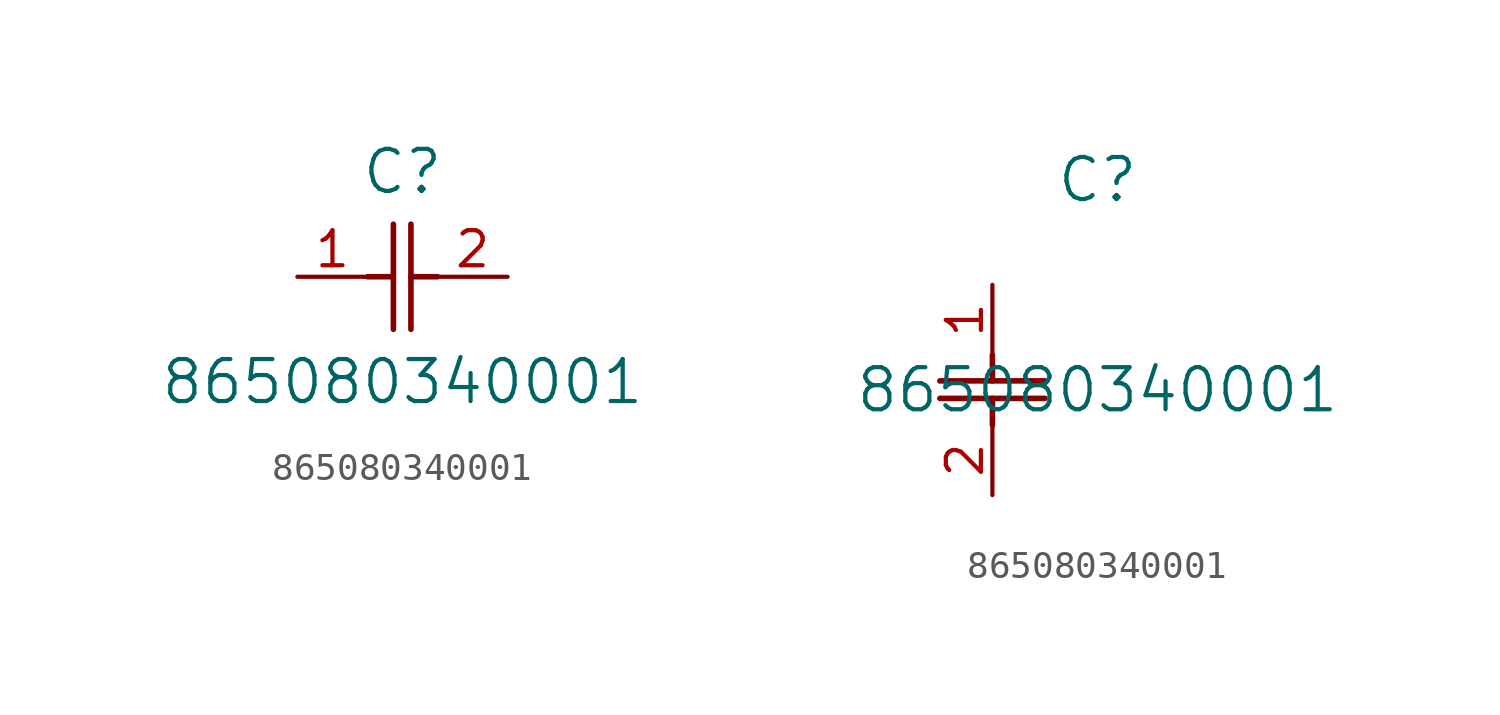
<source format=kicad_sym>
(kicad_symbol_lib
  (version 20211014)
  (generator kicad_symbol_editor)
  (symbol "865080340001"
    (pin_names
      (offset 0.254))
    (property "Reference" "C"
      (at 3.81 3.81 0)
      (effects (font (size 1.524 1.524))))
    (property "Value" "865080340001"
      (at 3.81 -3.81 0)
      (effects (font (size 1.524 1.524))))
    (symbol "865080340001_1_1"
      (polyline (pts (xy 3.48 -1.905) (xy 3.48 1.905)) (stroke (width 0.203) (type default) (color 0 0 0 0)) (fill (type none)))
      (polyline (pts (xy 4.115 -1.905) (xy 4.115 1.905)) (stroke (width 0.203) (type default) (color 0 0 0 0)) (fill (type none)))
      (polyline (pts (xy 4.115 0) (xy 5.08 0)) (stroke (width 0.203) (type default) (color 0 0 0 0)) (fill (type none)))
      (polyline (pts (xy 2.54 0) (xy 3.48 0)) (stroke (width 0.203) (type default) (color 0 0 0 0)) (fill (type none)))
      (pin unspecified line (at 0 0 0) (length 2.54) (name "" (effects (font (size 1.27 1.27)))) (number "1" (effects (font (size 1.27 1.27)))))
      (pin unspecified line (at 7.62 0 180) (length 2.54) (name "" (effects (font (size 1.27 1.27)))) (number "2" (effects (font (size 1.27 1.27))))))
    (symbol "865080340001_1_2"
      (polyline (pts (xy -1.905 -3.48) (xy 1.905 -3.48)) (stroke (width 0.203) (type default) (color 0 0 0 0)) (fill (type none)))
      (polyline (pts (xy -1.905 -4.115) (xy 1.905 -4.115)) (stroke (width 0.203) (type default) (color 0 0 0 0)) (fill (type none)))
      (polyline (pts (xy 0 -4.115) (xy 0 -5.08)) (stroke (width 0.203) (type default) (color 0 0 0 0)) (fill (type none)))
      (polyline (pts (xy 0 -2.54) (xy 0 -3.48)) (stroke (width 0.203) (type default) (color 0 0 0 0)) (fill (type none)))
      (pin unspecified line (at 0 0 270) (length 2.54) (name "" (effects (font (size 1.27 1.27)))) (number "1" (effects (font (size 1.27 1.27)))))
      (pin unspecified line (at 0 -7.62 90) (length 2.54) (name "" (effects (font (size 1.27 1.27)))) (number "2" (effects (font (size 1.27 1.27))))))))
</source>
